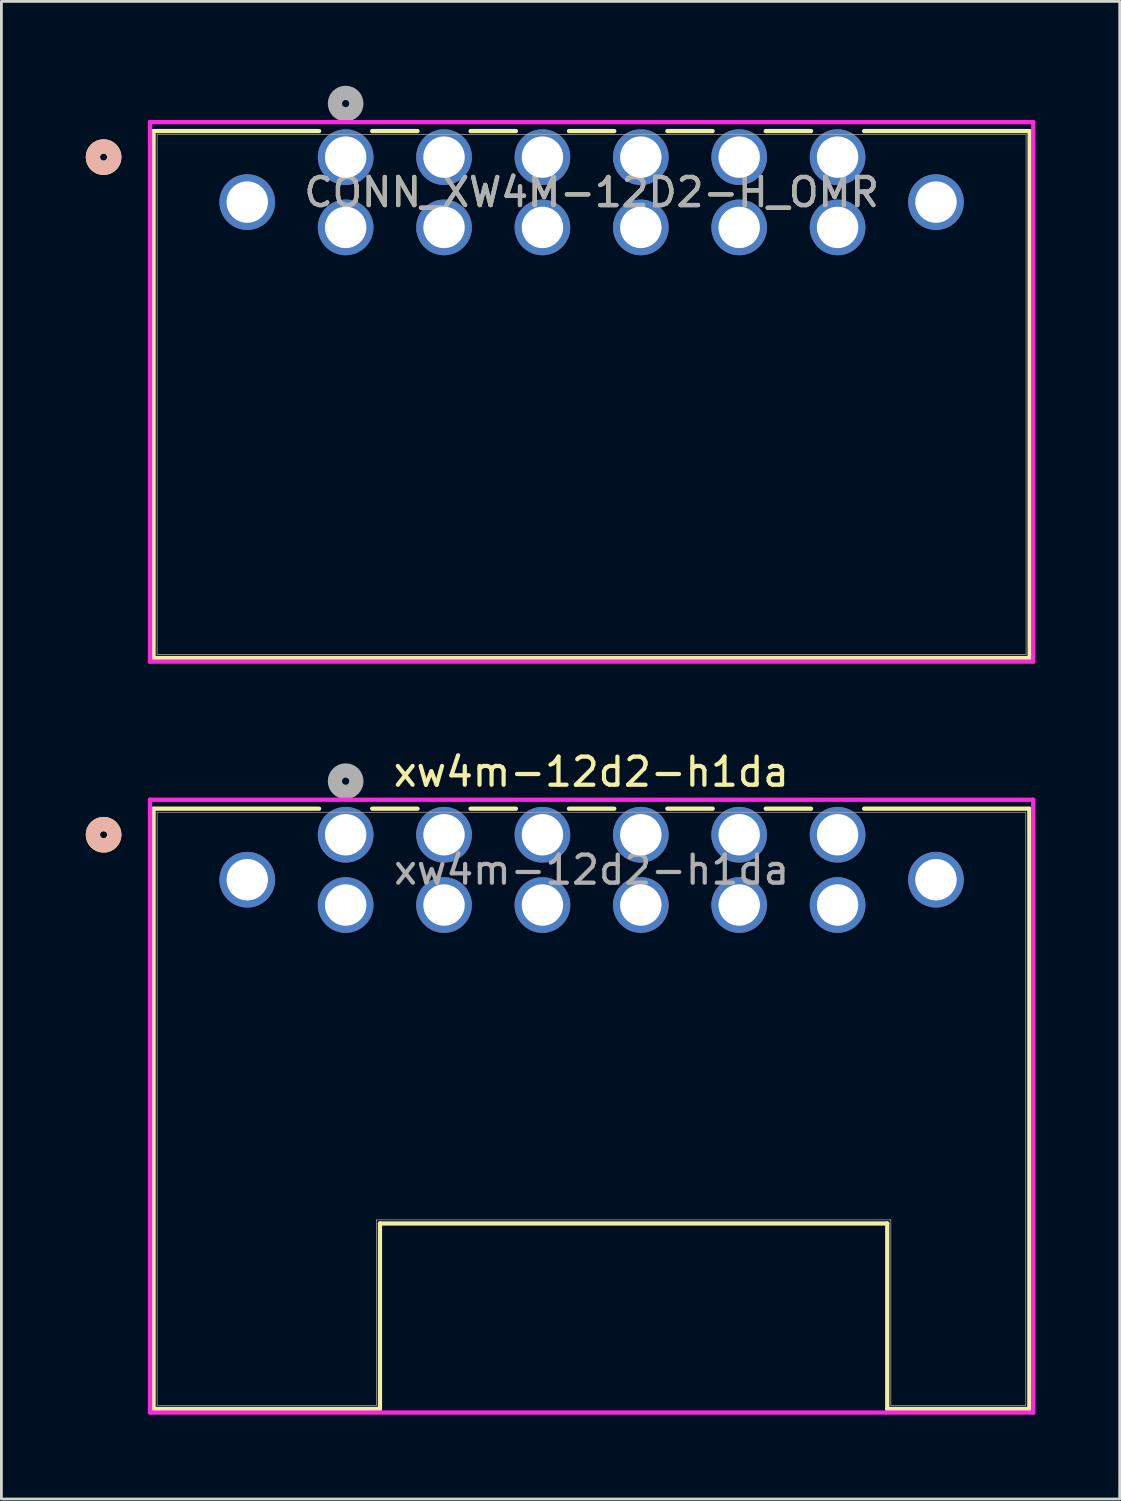
<source format=kicad_pcb>
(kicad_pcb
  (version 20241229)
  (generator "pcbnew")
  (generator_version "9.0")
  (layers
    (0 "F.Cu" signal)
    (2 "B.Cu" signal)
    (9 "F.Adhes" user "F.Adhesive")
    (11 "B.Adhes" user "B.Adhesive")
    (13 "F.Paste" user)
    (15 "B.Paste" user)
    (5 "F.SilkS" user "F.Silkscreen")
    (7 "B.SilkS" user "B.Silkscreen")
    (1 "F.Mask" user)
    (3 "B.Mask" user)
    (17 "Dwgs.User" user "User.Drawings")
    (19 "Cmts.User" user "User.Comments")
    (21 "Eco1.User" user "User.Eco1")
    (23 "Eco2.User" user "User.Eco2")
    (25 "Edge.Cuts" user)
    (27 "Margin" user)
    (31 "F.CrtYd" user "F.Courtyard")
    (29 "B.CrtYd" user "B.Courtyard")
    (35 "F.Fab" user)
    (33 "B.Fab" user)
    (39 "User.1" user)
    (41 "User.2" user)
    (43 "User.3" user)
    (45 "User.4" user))
  (footprint "CONN_XW4M-12D2-H_OMR"
    (layer "F.Cu")
    (at 9.246 2.54)
    (property "Reference" "CONN_XW4M-12D2-H_OMR" (at 8.75 1.25 0) (unlocked yes) (layer "F.SilkS") (effects (font (size 1 1) (thickness 0.15))))
    (attr through_hole)
    (fp_line (start -6.833 -0.927) (end -6.833 17.818) (stroke (width 0.152) (type solid)) (layer "F.SilkS"))
    (fp_line (start -6.833 17.818) (end 24.333 17.818) (stroke (width 0.152) (type solid)) (layer "F.SilkS"))
    (fp_line (start -0.944 -0.927) (end -6.833 -0.927) (stroke (width 0.152) (type solid)) (layer "F.SilkS"))
    (fp_line (start 2.556 -0.927) (end 0.944 -0.927) (stroke (width 0.152) (type solid)) (layer "F.SilkS"))
    (fp_line (start 6.056 -0.927) (end 4.444 -0.927) (stroke (width 0.152) (type solid)) (layer "F.SilkS"))
    (fp_line (start 9.556 -0.927) (end 7.944 -0.927) (stroke (width 0.152) (type solid)) (layer "F.SilkS"))
    (fp_line (start 13.056 -0.927) (end 11.444 -0.927) (stroke (width 0.152) (type solid)) (layer "F.SilkS"))
    (fp_line (start 16.556 -0.927) (end 14.944 -0.927) (stroke (width 0.152) (type solid)) (layer "F.SilkS"))
    (fp_line (start 24.333 -0.927) (end 18.444 -0.927) (stroke (width 0.152) (type solid)) (layer "F.SilkS"))
    (fp_line (start 24.333 17.818) (end 24.333 -0.927) (stroke (width 0.152) (type solid)) (layer "F.SilkS"))
    (fp_circle (center -8.611 0) (end -8.23 0) (stroke (width 0.508) (type solid)) (fill no) (layer "F.SilkS"))
    (fp_circle (center -8.611 0) (end -8.23 0) (stroke (width 0.508) (type solid)) (fill no) (layer "B.SilkS"))
    (fp_line (start -6.96 -1.245) (end -6.96 17.945) (stroke (width 0.152) (type solid)) (layer "F.CrtYd"))
    (fp_line (start -6.96 17.945) (end 24.46 17.945) (stroke (width 0.152) (type solid)) (layer "F.CrtYd"))
    (fp_line (start 24.46 -1.245) (end -6.96 -1.245) (stroke (width 0.152) (type solid)) (layer "F.CrtYd"))
    (fp_line (start 24.46 17.945) (end 24.46 -1.245) (stroke (width 0.152) (type solid)) (layer "F.CrtYd"))
    (fp_line (start -6.706 -0.8) (end -6.706 17.691) (stroke (width 0.025) (type solid)) (layer "F.Fab"))
    (fp_line (start -6.706 17.691) (end 24.206 17.691) (stroke (width 0.025) (type solid)) (layer "F.Fab"))
    (fp_line (start 24.206 -0.8) (end -6.706 -0.8) (stroke (width 0.025) (type solid)) (layer "F.Fab"))
    (fp_line (start 24.206 17.691) (end 24.206 -0.8) (stroke (width 0.025) (type solid)) (layer "F.Fab"))
    (fp_circle (center 0 -1.905) (end 0.381 -1.905) (stroke (width 0.508) (type solid)) (fill no) (layer "F.Fab"))
    (fp_text user "${REFERENCE}" (at 8.75 1.25 0) (unlocked yes) (layer "F.Fab") (effects (font (size 1 1) (thickness 0.15))))
    (pad "1" thru_hole circle (at 0 0) (size 1.981 1.981) (drill 1.473) (layers "*.Cu" "*.Mask"))
    (pad "2" thru_hole circle (at 3.5 0) (size 1.981 1.981) (drill 1.473) (layers "*.Cu" "*.Mask"))
    (pad "3" thru_hole circle (at 7 0) (size 1.981 1.981) (drill 1.473) (layers "*.Cu" "*.Mask"))
    (pad "4" thru_hole circle (at 10.5 0) (size 1.981 1.981) (drill 1.473) (layers "*.Cu" "*.Mask"))
    (pad "5" thru_hole circle (at 14 0) (size 1.981 1.981) (drill 1.473) (layers "*.Cu" "*.Mask"))
    (pad "6" thru_hole circle (at 17.5 0) (size 1.981 1.981) (drill 1.473) (layers "*.Cu" "*.Mask"))
    (pad "7" thru_hole circle (at 0 2.5) (size 1.981 1.981) (drill 1.473) (layers "*.Cu" "*.Mask"))
    (pad "8" thru_hole circle (at 3.5 2.5) (size 1.981 1.981) (drill 1.473) (layers "*.Cu" "*.Mask"))
    (pad "9" thru_hole circle (at 7 2.5) (size 1.981 1.981) (drill 1.473) (layers "*.Cu" "*.Mask"))
    (pad "10" thru_hole circle (at 10.5 2.5) (size 1.981 1.981) (drill 1.473) (layers "*.Cu" "*.Mask"))
    (pad "11" thru_hole circle (at 14 2.5) (size 1.981 1.981) (drill 1.473) (layers "*.Cu" "*.Mask"))
    (pad "12" thru_hole circle (at 17.5 2.5) (size 1.981 1.981) (drill 1.473) (layers "*.Cu" "*.Mask"))
    (pad "13" thru_hole circle (at -3.5 1.6) (size 1.981 1.981) (drill 1.473) (layers "*.Cu" "*.Mask"))
    (pad "14" thru_hole circle (at 21 1.6) (size 1.981 1.981) (drill 1.473) (layers "*.Cu" "*.Mask")))
  (footprint "xw4m-12d2-h1da"
    (layer "F.Cu")
    (at 9.246 26.645)
    (property "Reference" "xw4m-12d2-h1da" (at 8.738 -2.235 0) (unlocked yes) (layer "F.SilkS") (effects (font (size 1 1) (thickness 0.15))))
    (attr through_hole)
    (fp_line (start -6.833 -0.927) (end -6.833 20.427) (stroke (width 0.152) (type solid)) (layer "F.SilkS"))
    (fp_line (start -6.833 20.427) (end 1.221 20.427) (stroke (width 0.152) (type solid)) (layer "F.SilkS"))
    (fp_line (start -0.944 -0.927) (end -6.833 -0.927) (stroke (width 0.152) (type solid)) (layer "F.SilkS"))
    (fp_line (start 1.221 13.827) (end 19.267 13.827) (stroke (width 0.152) (type solid)) (layer "F.SilkS"))
    (fp_line (start 1.221 20.427) (end 1.221 13.827) (stroke (width 0.152) (type solid)) (layer "F.SilkS"))
    (fp_line (start 2.556 -0.927) (end 0.944 -0.927) (stroke (width 0.152) (type solid)) (layer "F.SilkS"))
    (fp_line (start 6.056 -0.927) (end 4.444 -0.927) (stroke (width 0.152) (type solid)) (layer "F.SilkS"))
    (fp_line (start 9.556 -0.927) (end 7.944 -0.927) (stroke (width 0.152) (type solid)) (layer "F.SilkS"))
    (fp_line (start 13.056 -0.927) (end 11.444 -0.927) (stroke (width 0.152) (type solid)) (layer "F.SilkS"))
    (fp_line (start 16.556 -0.927) (end 14.944 -0.927) (stroke (width 0.152) (type solid)) (layer "F.SilkS"))
    (fp_line (start 19.267 13.827) (end 19.267 20.427) (stroke (width 0.152) (type solid)) (layer "F.SilkS"))
    (fp_line (start 19.267 20.427) (end 24.321 20.427) (stroke (width 0.152) (type solid)) (layer "F.SilkS"))
    (fp_line (start 24.321 -0.927) (end 18.444 -0.927) (stroke (width 0.152) (type solid)) (layer "F.SilkS"))
    (fp_line (start 24.321 20.427) (end 24.321 -0.927) (stroke (width 0.152) (type solid)) (layer "F.SilkS"))
    (fp_circle (center -8.611 0) (end -8.23 0) (stroke (width 0.508) (type solid)) (fill no) (layer "F.SilkS"))
    (fp_circle (center -8.611 0) (end -8.23 0) (stroke (width 0.508) (type solid)) (fill no) (layer "B.SilkS"))
    (fp_line (start -6.96 -1.245) (end -6.96 20.554) (stroke (width 0.152) (type solid)) (layer "F.CrtYd"))
    (fp_line (start -6.96 20.554) (end 24.46 20.554) (stroke (width 0.152) (type solid)) (layer "F.CrtYd"))
    (fp_line (start 24.46 -1.245) (end -6.96 -1.245) (stroke (width 0.152) (type solid)) (layer "F.CrtYd"))
    (fp_line (start 24.46 20.554) (end 24.46 -1.245) (stroke (width 0.152) (type solid)) (layer "F.CrtYd"))
    (fp_line (start -6.706 -0.8) (end -6.706 20.3) (stroke (width 0.025) (type solid)) (layer "F.Fab"))
    (fp_line (start -6.706 20.3) (end 1.094 20.3) (stroke (width 0.025) (type solid)) (layer "F.Fab"))
    (fp_line (start 1.094 13.7) (end 19.394 13.7) (stroke (width 0.025) (type solid)) (layer "F.Fab"))
    (fp_line (start 1.094 20.3) (end 1.094 13.7) (stroke (width 0.025) (type solid)) (layer "F.Fab"))
    (fp_line (start 19.394 13.7) (end 19.394 20.3) (stroke (width 0.025) (type solid)) (layer "F.Fab"))
    (fp_line (start 19.394 20.3) (end 24.194 20.3) (stroke (width 0.025) (type solid)) (layer "F.Fab"))
    (fp_line (start 24.194 -0.8) (end -6.706 -0.8) (stroke (width 0.025) (type solid)) (layer "F.Fab"))
    (fp_line (start 24.194 20.3) (end 24.194 -0.8) (stroke (width 0.025) (type solid)) (layer "F.Fab"))
    (fp_circle (center 0 -1.905) (end 0.381 -1.905) (stroke (width 0.508) (type solid)) (fill no) (layer "F.Fab"))
    (fp_text user "${REFERENCE}" (at 8.75 1.25 0) (unlocked yes) (layer "F.Fab") (effects (font (size 1 1) (thickness 0.15))))
    (pad "1" thru_hole circle (at 0 0) (size 1.981 1.981) (drill 1.473) (layers "*.Cu" "*.Mask"))
    (pad "2" thru_hole circle (at 3.5 0) (size 1.981 1.981) (drill 1.473) (layers "*.Cu" "*.Mask"))
    (pad "3" thru_hole circle (at 7 0) (size 1.981 1.981) (drill 1.473) (layers "*.Cu" "*.Mask"))
    (pad "4" thru_hole circle (at 10.5 0) (size 1.981 1.981) (drill 1.473) (layers "*.Cu" "*.Mask"))
    (pad "5" thru_hole circle (at 14 0) (size 1.981 1.981) (drill 1.473) (layers "*.Cu" "*.Mask"))
    (pad "6" thru_hole circle (at 17.5 0) (size 1.981 1.981) (drill 1.473) (layers "*.Cu" "*.Mask"))
    (pad "7" thru_hole circle (at 0 2.5) (size 1.981 1.981) (drill 1.473) (layers "*.Cu" "*.Mask"))
    (pad "8" thru_hole circle (at 3.5 2.5) (size 1.981 1.981) (drill 1.473) (layers "*.Cu" "*.Mask"))
    (pad "9" thru_hole circle (at 7 2.5) (size 1.981 1.981) (drill 1.473) (layers "*.Cu" "*.Mask"))
    (pad "10" thru_hole circle (at 10.5 2.5) (size 1.981 1.981) (drill 1.473) (layers "*.Cu" "*.Mask"))
    (pad "11" thru_hole circle (at 14 2.5) (size 1.981 1.981) (drill 1.473) (layers "*.Cu" "*.Mask"))
    (pad "12" thru_hole circle (at 17.5 2.5) (size 1.981 1.981) (drill 1.473) (layers "*.Cu" "*.Mask"))
    (pad "13" thru_hole circle (at -3.5 1.6) (size 1.981 1.981) (drill 1.473) (layers "*.Cu" "*.Mask"))
    (pad "14" thru_hole circle (at 21 1.6) (size 1.981 1.981) (drill 1.473) (layers "*.Cu" "*.Mask")))
  (gr_rect
    (start -3 -3)
    (end 36.782 50.275)
    (stroke (width 0.1) (type default))
    (fill no)
    (layer "Edge.Cuts")))
</source>
